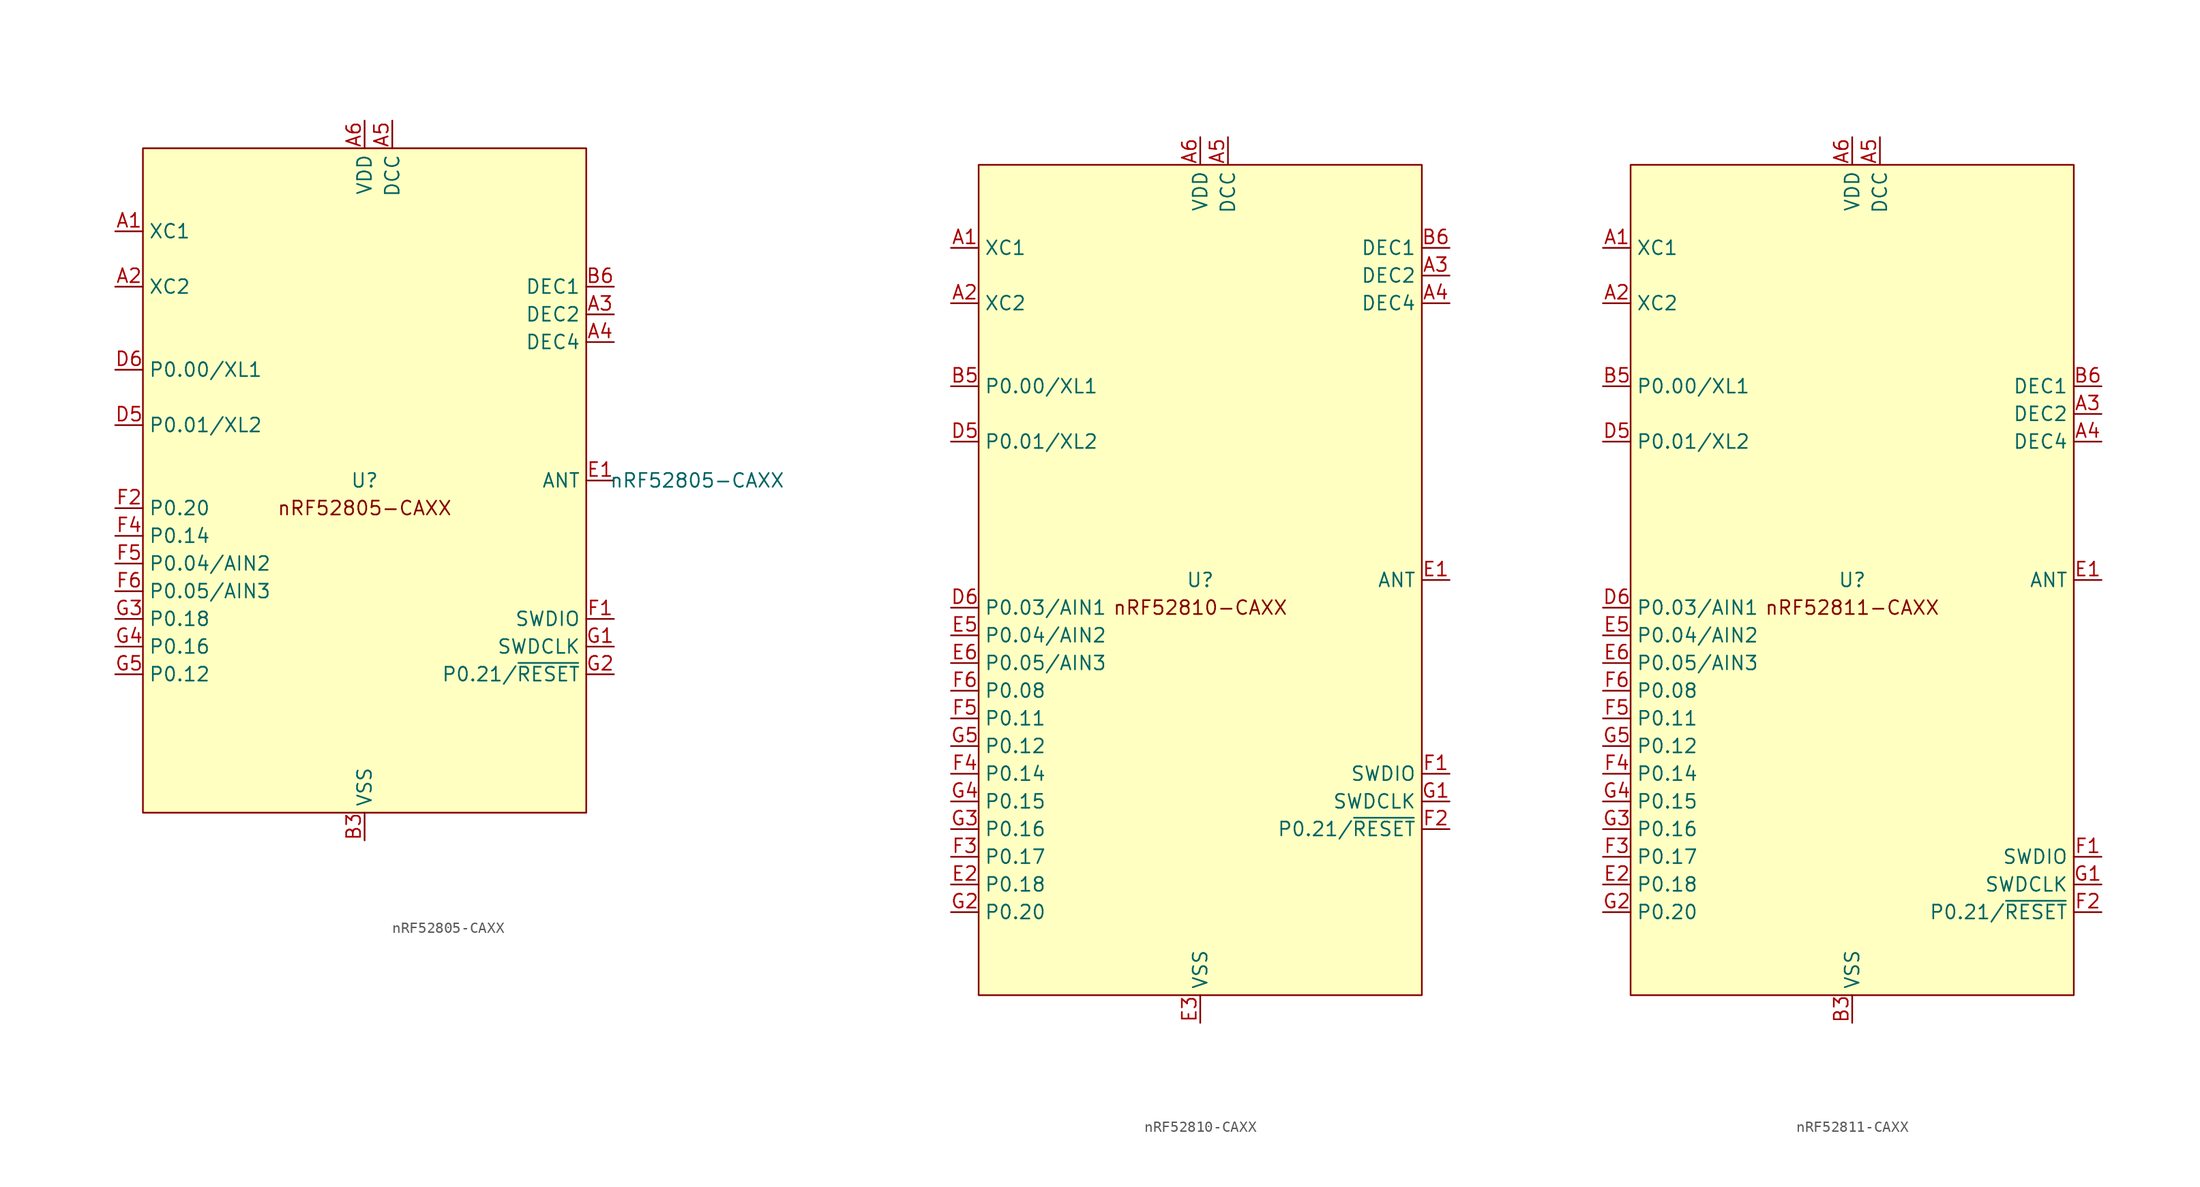
<source format=kicad_sym>
(kicad_symbol_lib
  (version 20220914)
  (generator kicad_symbol_editor)
  (symbol "nRF52805-CAXX"
    (property "Reference" "U"
      (at 0 0 0)
      (do_not_autoplace)
      (effects (font (size 1.27 1.27))))
    (property "Value" "nRF52805-CAXX"
      (at 30.48 0 0)
      (effects (font (size 1.27 1.27))))
    (symbol "nRF52805-CAXX_1_0"
      (pin passive line (at 22.86 15.24 180) (length 2.54) (name "DEC2" (effects (font (size 1.27 1.27)))) (number "A3" (effects (font (size 1.27 1.27)))))
      (pin passive line (at 22.86 12.7 180) (length 2.54) (name "DEC4" (effects (font (size 1.27 1.27)))) (number "A4" (effects (font (size 1.27 1.27)))))
      (pin power_out line (at 2.54 33.02 270) (length 2.54) (name "DCC" (effects (font (size 1.27 1.27)))) (number "A5" (effects (font (size 1.27 1.27)))))
      (pin power_in line (at 0 33.02 270) (length 2.54) (name "VDD" (effects (font (size 1.27 1.27)))) (number "A6" (effects (font (size 1.27 1.27)))))
      (pin passive line (at 0 -33.02 90) (length 2.54) (name "VSS" (effects (font (size 1.27 1.27)))) (number "B3" (effects (font (size 1.27 1.27)))))
      (pin passive line (at 0 -33.02 90) (length 2.54) hide (name "VSS" (effects (font (size 1.27 1.27)))) (number "B4" (effects (font (size 1.27 1.27)))))
      (pin passive line (at 22.86 17.78 180) (length 2.54) (name "DEC1" (effects (font (size 1.27 1.27)))) (number "B6" (effects (font (size 1.27 1.27)))))
      (pin passive line (at 0 -33.02 90) (length 2.54) hide (name "VSS_PA" (effects (font (size 1.27 1.27)))) (number "C1" (effects (font (size 1.27 1.27)))))
      (pin passive line (at 0 -33.02 90) (length 2.54) hide (name "VSS" (effects (font (size 1.27 1.27)))) (number "D3" (effects (font (size 1.27 1.27)))))
      (pin passive line (at 0 -33.02 90) (length 2.54) hide (name "VSS" (effects (font (size 1.27 1.27)))) (number "D4" (effects (font (size 1.27 1.27)))))
      (pin tri_state line (at -22.86 5.08 0) (length 2.54) (name "P0.01/XL2" (effects (font (size 1.27 1.27)))) (number "D5" (effects (font (size 1.27 1.27)))))
      (pin tri_state line (at -22.86 10.16 0) (length 2.54) (name "P0.00/XL1" (effects (font (size 1.27 1.27)))) (number "D6" (effects (font (size 1.27 1.27)))))
      (pin output line (at 22.86 0 180) (length 2.54) (name "ANT" (effects (font (size 1.27 1.27)))) (number "E1" (effects (font (size 1.27 1.27)))))
      (pin passive line (at 0 -33.02 90) (length 2.54) hide (name "VSS" (effects (font (size 1.27 1.27)))) (number "E3" (effects (font (size 1.27 1.27)))))
      (pin passive line (at 0 -33.02 90) (length 2.54) hide (name "VSS" (effects (font (size 1.27 1.27)))) (number "E4" (effects (font (size 1.27 1.27)))))
      (pin bidirectional line (at 22.86 -12.7 180) (length 2.54) (name "SWDIO" (effects (font (size 1.27 1.27)))) (number "F1" (effects (font (size 1.27 1.27)))))
      (pin tri_state line (at -22.86 -2.54 0) (length 2.54) (name "P0.20" (effects (font (size 1.27 1.27)))) (number "F2" (effects (font (size 1.27 1.27)))))
      (pin tri_state line (at -22.86 -5.08 0) (length 2.54) (name "P0.14" (effects (font (size 1.27 1.27)))) (number "F4" (effects (font (size 1.27 1.27)))))
      (pin tri_state line (at -22.86 -7.62 0) (length 2.54) (name "P0.04/AIN2" (effects (font (size 1.27 1.27)))) (number "F5" (effects (font (size 1.27 1.27)))))
      (pin tri_state line (at -22.86 -10.16 0) (length 2.54) (name "P0.05/AIN3" (effects (font (size 1.27 1.27)))) (number "F6" (effects (font (size 1.27 1.27)))))
      (pin bidirectional line (at 22.86 -15.24 180) (length 2.54) (name "SWDCLK" (effects (font (size 1.27 1.27)))) (number "G1" (effects (font (size 1.27 1.27)))))
      (pin tri_state line (at 22.86 -17.78 180) (length 2.54) (name "P0.21/~{RESET}" (effects (font (size 1.27 1.27)))) (number "G2" (effects (font (size 1.27 1.27)))))
      (pin tri_state line (at -22.86 -12.7 0) (length 2.54) (name "P0.18" (effects (font (size 1.27 1.27)))) (number "G3" (effects (font (size 1.27 1.27)))))
      (pin tri_state line (at -22.86 -15.24 0) (length 2.54) (name "P0.16" (effects (font (size 1.27 1.27)))) (number "G4" (effects (font (size 1.27 1.27)))))
      (pin tri_state line (at -22.86 -17.78 0) (length 2.54) (name "P0.12" (effects (font (size 1.27 1.27)))) (number "G5" (effects (font (size 1.27 1.27)))))
      (pin power_in line (at 0 33.02 270) (length 2.54) hide (name "VDD" (effects (font (size 1.27 1.27)))) (number "G6" (effects (font (size 1.27 1.27))))))
    (symbol "nRF52805-CAXX_1_1"
      (rectangle (start -20.32 30.48) (end 20.32 -30.48) (stroke (width 0) (type default)) (fill (type background)))
      (text "nRF52805-CAXX" (at 0 -2.54 0) (effects (font (size 1.27 1.27))))
      (pin passive line (at -22.86 22.86 0) (length 2.54) (name "XC1" (effects (font (size 1.27 1.27)))) (number "A1" (effects (font (size 1.27 1.27)))))
      (pin passive line (at -22.86 17.78 0) (length 2.54) (name "XC2" (effects (font (size 1.27 1.27)))) (number "A2" (effects (font (size 1.27 1.27)))))))
  (symbol "nRF52810-CAXX"
    (property "Reference" "U"
      (at 0 0 0)
      (do_not_autoplace)
      (effects (font (size 1.27 1.27))))
    (property "Value" ""
      (at 0 0 0)
      (effects (font (size 1.27 1.27))))
    (symbol "nRF52810-CAXX_0_0"
      (pin unspecified line (at -22.86 30.48 0) (length 2.54) (name "XC1" (effects (font (size 1.27 1.27)))) (number "A1" (effects (font (size 1.27 1.27)))))
      (pin unspecified line (at -22.86 25.4 0) (length 2.54) (name "XC2" (effects (font (size 1.27 1.27)))) (number "A2" (effects (font (size 1.27 1.27)))))
      (pin unspecified line (at 2.54 40.64 270) (length 2.54) (name "DCC" (effects (font (size 1.27 1.27)))) (number "A5" (effects (font (size 1.27 1.27)))))
      (pin unspecified line (at 0 40.64 270) (length 2.54) (name "VDD" (effects (font (size 1.27 1.27)))) (number "A6" (effects (font (size 1.27 1.27)))))
      (pin unspecified line (at -22.86 17.78 0) (length 2.54) (name "P0.00/XL1" (effects (font (size 1.27 1.27)))) (number "B5" (effects (font (size 1.27 1.27)))))
      (pin unspecified line (at -22.86 12.7 0) (length 2.54) (name "P0.01/XL2" (effects (font (size 1.27 1.27)))) (number "D5" (effects (font (size 1.27 1.27)))))
      (pin unspecified line (at -22.86 -2.54 0) (length 2.54) (name "P0.03/AIN1" (effects (font (size 1.27 1.27)))) (number "D6" (effects (font (size 1.27 1.27)))))
      (pin unspecified line (at 22.86 0 180) (length 2.54) (name "ANT" (effects (font (size 1.27 1.27)))) (number "E1" (effects (font (size 1.27 1.27)))))
      (pin unspecified line (at -22.86 -27.94 0) (length 2.54) (name "P0.18" (effects (font (size 1.27 1.27)))) (number "E2" (effects (font (size 1.27 1.27)))))
      (pin unspecified line (at 0 -40.64 90) (length 2.54) (name "VSS" (effects (font (size 1.27 1.27)))) (number "E3" (effects (font (size 1.27 1.27)))))
      (pin unspecified line (at -22.86 -5.08 0) (length 2.54) (name "P0.04/AIN2" (effects (font (size 1.27 1.27)))) (number "E5" (effects (font (size 1.27 1.27)))))
      (pin unspecified line (at -22.86 -7.62 0) (length 2.54) (name "P0.05/AIN3" (effects (font (size 1.27 1.27)))) (number "E6" (effects (font (size 1.27 1.27)))))
      (pin unspecified line (at 22.86 -17.78 180) (length 2.54) (name "SWDIO" (effects (font (size 1.27 1.27)))) (number "F1" (effects (font (size 1.27 1.27)))))
      (pin unspecified line (at -22.86 -25.4 0) (length 2.54) (name "P0.17" (effects (font (size 1.27 1.27)))) (number "F3" (effects (font (size 1.27 1.27)))))
      (pin unspecified line (at -22.86 -17.78 0) (length 2.54) (name "P0.14" (effects (font (size 1.27 1.27)))) (number "F4" (effects (font (size 1.27 1.27)))))
      (pin unspecified line (at -22.86 -12.7 0) (length 2.54) (name "P0.11" (effects (font (size 1.27 1.27)))) (number "F5" (effects (font (size 1.27 1.27)))))
      (pin unspecified line (at -22.86 -10.16 0) (length 2.54) (name "P0.08" (effects (font (size 1.27 1.27)))) (number "F6" (effects (font (size 1.27 1.27)))))
      (pin unspecified line (at 22.86 -20.32 180) (length 2.54) (name "SWDCLK" (effects (font (size 1.27 1.27)))) (number "G1" (effects (font (size 1.27 1.27)))))
      (pin unspecified line (at -22.86 -30.48 0) (length 2.54) (name "P0.20" (effects (font (size 1.27 1.27)))) (number "G2" (effects (font (size 1.27 1.27)))))
      (pin unspecified line (at -22.86 -22.86 0) (length 2.54) (name "P0.16" (effects (font (size 1.27 1.27)))) (number "G3" (effects (font (size 1.27 1.27)))))
      (pin unspecified line (at -22.86 -20.32 0) (length 2.54) (name "P0.15" (effects (font (size 1.27 1.27)))) (number "G4" (effects (font (size 1.27 1.27)))))
      (pin unspecified line (at -22.86 -15.24 0) (length 2.54) (name "P0.12" (effects (font (size 1.27 1.27)))) (number "G5" (effects (font (size 1.27 1.27))))))
    (symbol "nRF52810-CAXX_1_0"
      (pin unspecified line (at 22.86 27.94 180) (length 2.54) (name "DEC2" (effects (font (size 1.27 1.27)))) (number "A3" (effects (font (size 1.27 1.27)))))
      (pin unspecified line (at 22.86 25.4 180) (length 2.54) (name "DEC4" (effects (font (size 1.27 1.27)))) (number "A4" (effects (font (size 1.27 1.27)))))
      (pin unspecified line (at 0 -40.64 90) (length 2.54) hide (name "VSS" (effects (font (size 1.27 1.27)))) (number "B3" (effects (font (size 1.27 1.27)))))
      (pin unspecified line (at 0 -40.64 90) (length 2.54) hide (name "VSS" (effects (font (size 1.27 1.27)))) (number "B4" (effects (font (size 1.27 1.27)))))
      (pin unspecified line (at 22.86 30.48 180) (length 2.54) (name "DEC1" (effects (font (size 1.27 1.27)))) (number "B6" (effects (font (size 1.27 1.27)))))
      (pin unspecified line (at 0 -40.64 90) (length 2.54) hide (name "VSS_PA" (effects (font (size 1.27 1.27)))) (number "C1" (effects (font (size 1.27 1.27)))))
      (pin unspecified line (at 0 -40.64 90) (length 2.54) hide (name "VSS" (effects (font (size 1.27 1.27)))) (number "D3" (effects (font (size 1.27 1.27)))))
      (pin unspecified line (at 0 -40.64 90) (length 2.54) hide (name "VSS" (effects (font (size 1.27 1.27)))) (number "D4" (effects (font (size 1.27 1.27)))))
      (pin unspecified line (at 0 -40.64 90) (length 2.54) hide (name "VSS" (effects (font (size 1.27 1.27)))) (number "E4" (effects (font (size 1.27 1.27)))))
      (pin unspecified line (at 22.86 -22.86 180) (length 2.54) (name "P0.21/~{RESET}" (effects (font (size 1.27 1.27)))) (number "F2" (effects (font (size 1.27 1.27)))))
      (pin unspecified line (at 0 40.64 270) (length 2.54) hide (name "VDD" (effects (font (size 1.27 1.27)))) (number "G6" (effects (font (size 1.27 1.27))))))
    (symbol "nRF52810-CAXX_1_1"
      (rectangle (start -20.32 38.1) (end 20.32 -38.1) (stroke (width 0) (type default)) (fill (type background)))
      (text "nRF52810-CAXX\n" (at 0 -2.54 0) (effects (font (size 1.27 1.27))))))
  (symbol "nRF52811-CAXX"
    (property "Reference" "U"
      (at 0 0 0)
      (do_not_autoplace)
      (effects (font (size 1.27 1.27))))
    (property "Value" ""
      (at -22.86 30.48 0)
      (effects (font (size 1.27 1.27))))
    (symbol "nRF52811-CAXX_0_0"
      (pin unspecified line (at -22.86 30.48 0) (length 2.54) (name "XC1" (effects (font (size 1.27 1.27)))) (number "A1" (effects (font (size 1.27 1.27)))))
      (pin unspecified line (at -22.86 25.4 0) (length 2.54) (name "XC2" (effects (font (size 1.27 1.27)))) (number "A2" (effects (font (size 1.27 1.27)))))
      (pin unspecified line (at 2.54 40.64 270) (length 2.54) (name "DCC" (effects (font (size 1.27 1.27)))) (number "A5" (effects (font (size 1.27 1.27)))))
      (pin unspecified line (at 0 40.64 270) (length 2.54) (name "VDD" (effects (font (size 1.27 1.27)))) (number "A6" (effects (font (size 1.27 1.27)))))
      (pin unspecified line (at 0 -40.64 90) (length 2.54) (name "VSS" (effects (font (size 1.27 1.27)))) (number "B3" (effects (font (size 1.27 1.27)))))
      (pin unspecified line (at -22.86 17.78 0) (length 2.54) (name "P0.00/XL1" (effects (font (size 1.27 1.27)))) (number "B5" (effects (font (size 1.27 1.27)))))
      (pin unspecified line (at -22.86 12.7 0) (length 2.54) (name "P0.01/XL2" (effects (font (size 1.27 1.27)))) (number "D5" (effects (font (size 1.27 1.27)))))
      (pin unspecified line (at -22.86 -2.54 0) (length 2.54) (name "P0.03/AIN1" (effects (font (size 1.27 1.27)))) (number "D6" (effects (font (size 1.27 1.27)))))
      (pin unspecified line (at 22.86 0 180) (length 2.54) (name "ANT" (effects (font (size 1.27 1.27)))) (number "E1" (effects (font (size 1.27 1.27)))))
      (pin unspecified line (at -22.86 -27.94 0) (length 2.54) (name "P0.18" (effects (font (size 1.27 1.27)))) (number "E2" (effects (font (size 1.27 1.27)))))
      (pin unspecified line (at -22.86 -5.08 0) (length 2.54) (name "P0.04/AIN2" (effects (font (size 1.27 1.27)))) (number "E5" (effects (font (size 1.27 1.27)))))
      (pin unspecified line (at -22.86 -7.62 0) (length 2.54) (name "P0.05/AIN3" (effects (font (size 1.27 1.27)))) (number "E6" (effects (font (size 1.27 1.27)))))
      (pin unspecified line (at 22.86 -25.4 180) (length 2.54) (name "SWDIO" (effects (font (size 1.27 1.27)))) (number "F1" (effects (font (size 1.27 1.27)))))
      (pin unspecified line (at -22.86 -25.4 0) (length 2.54) (name "P0.17" (effects (font (size 1.27 1.27)))) (number "F3" (effects (font (size 1.27 1.27)))))
      (pin unspecified line (at -22.86 -17.78 0) (length 2.54) (name "P0.14" (effects (font (size 1.27 1.27)))) (number "F4" (effects (font (size 1.27 1.27)))))
      (pin unspecified line (at -22.86 -12.7 0) (length 2.54) (name "P0.11" (effects (font (size 1.27 1.27)))) (number "F5" (effects (font (size 1.27 1.27)))))
      (pin unspecified line (at -22.86 -10.16 0) (length 2.54) (name "P0.08" (effects (font (size 1.27 1.27)))) (number "F6" (effects (font (size 1.27 1.27)))))
      (pin unspecified line (at 22.86 -27.94 180) (length 2.54) (name "SWDCLK" (effects (font (size 1.27 1.27)))) (number "G1" (effects (font (size 1.27 1.27)))))
      (pin unspecified line (at -22.86 -30.48 0) (length 2.54) (name "P0.20" (effects (font (size 1.27 1.27)))) (number "G2" (effects (font (size 1.27 1.27)))))
      (pin unspecified line (at -22.86 -22.86 0) (length 2.54) (name "P0.16" (effects (font (size 1.27 1.27)))) (number "G3" (effects (font (size 1.27 1.27)))))
      (pin unspecified line (at -22.86 -20.32 0) (length 2.54) (name "P0.15" (effects (font (size 1.27 1.27)))) (number "G4" (effects (font (size 1.27 1.27)))))
      (pin unspecified line (at -22.86 -15.24 0) (length 2.54) (name "P0.12" (effects (font (size 1.27 1.27)))) (number "G5" (effects (font (size 1.27 1.27))))))
    (symbol "nRF52811-CAXX_1_0"
      (pin unspecified line (at 22.86 15.24 180) (length 2.54) (name "DEC2" (effects (font (size 1.27 1.27)))) (number "A3" (effects (font (size 1.27 1.27)))))
      (pin unspecified line (at 22.86 12.7 180) (length 2.54) (name "DEC4" (effects (font (size 1.27 1.27)))) (number "A4" (effects (font (size 1.27 1.27)))))
      (pin unspecified line (at 0 -40.64 90) (length 2.54) hide (name "VSS" (effects (font (size 1.27 1.27)))) (number "B4" (effects (font (size 1.27 1.27)))))
      (pin unspecified line (at 22.86 17.78 180) (length 2.54) (name "DEC1" (effects (font (size 1.27 1.27)))) (number "B6" (effects (font (size 1.27 1.27)))))
      (pin unspecified line (at 0 -40.64 90) (length 2.54) hide (name "VSS_PA" (effects (font (size 1.27 1.27)))) (number "C1" (effects (font (size 1.27 1.27)))))
      (pin unspecified line (at 0 -40.64 90) (length 2.54) hide (name "VSS" (effects (font (size 1.27 1.27)))) (number "D3" (effects (font (size 1.27 1.27)))))
      (pin unspecified line (at 0 -40.64 90) (length 2.54) hide (name "VSS" (effects (font (size 1.27 1.27)))) (number "D4" (effects (font (size 1.27 1.27)))))
      (pin unspecified line (at 0 -40.64 90) (length 2.54) hide (name "VSS" (effects (font (size 1.27 1.27)))) (number "E3" (effects (font (size 1.27 1.27)))))
      (pin unspecified line (at 0 -40.64 90) (length 2.54) hide (name "VSS" (effects (font (size 1.27 1.27)))) (number "E4" (effects (font (size 1.27 1.27)))))
      (pin unspecified line (at 22.86 -30.48 180) (length 2.54) (name "P0.21/~{RESET}" (effects (font (size 1.27 1.27)))) (number "F2" (effects (font (size 1.27 1.27)))))
      (pin unspecified line (at 0 40.64 270) (length 2.54) hide (name "VDD" (effects (font (size 1.27 1.27)))) (number "G6" (effects (font (size 1.27 1.27))))))
    (symbol "nRF52811-CAXX_1_1"
      (rectangle (start -20.32 38.1) (end 20.32 -38.1) (stroke (width 0) (type default)) (fill (type background)))
      (text "nRF52811-CAXX" (at 0 -2.54 0) (effects (font (size 1.27 1.27)))))))
</source>
